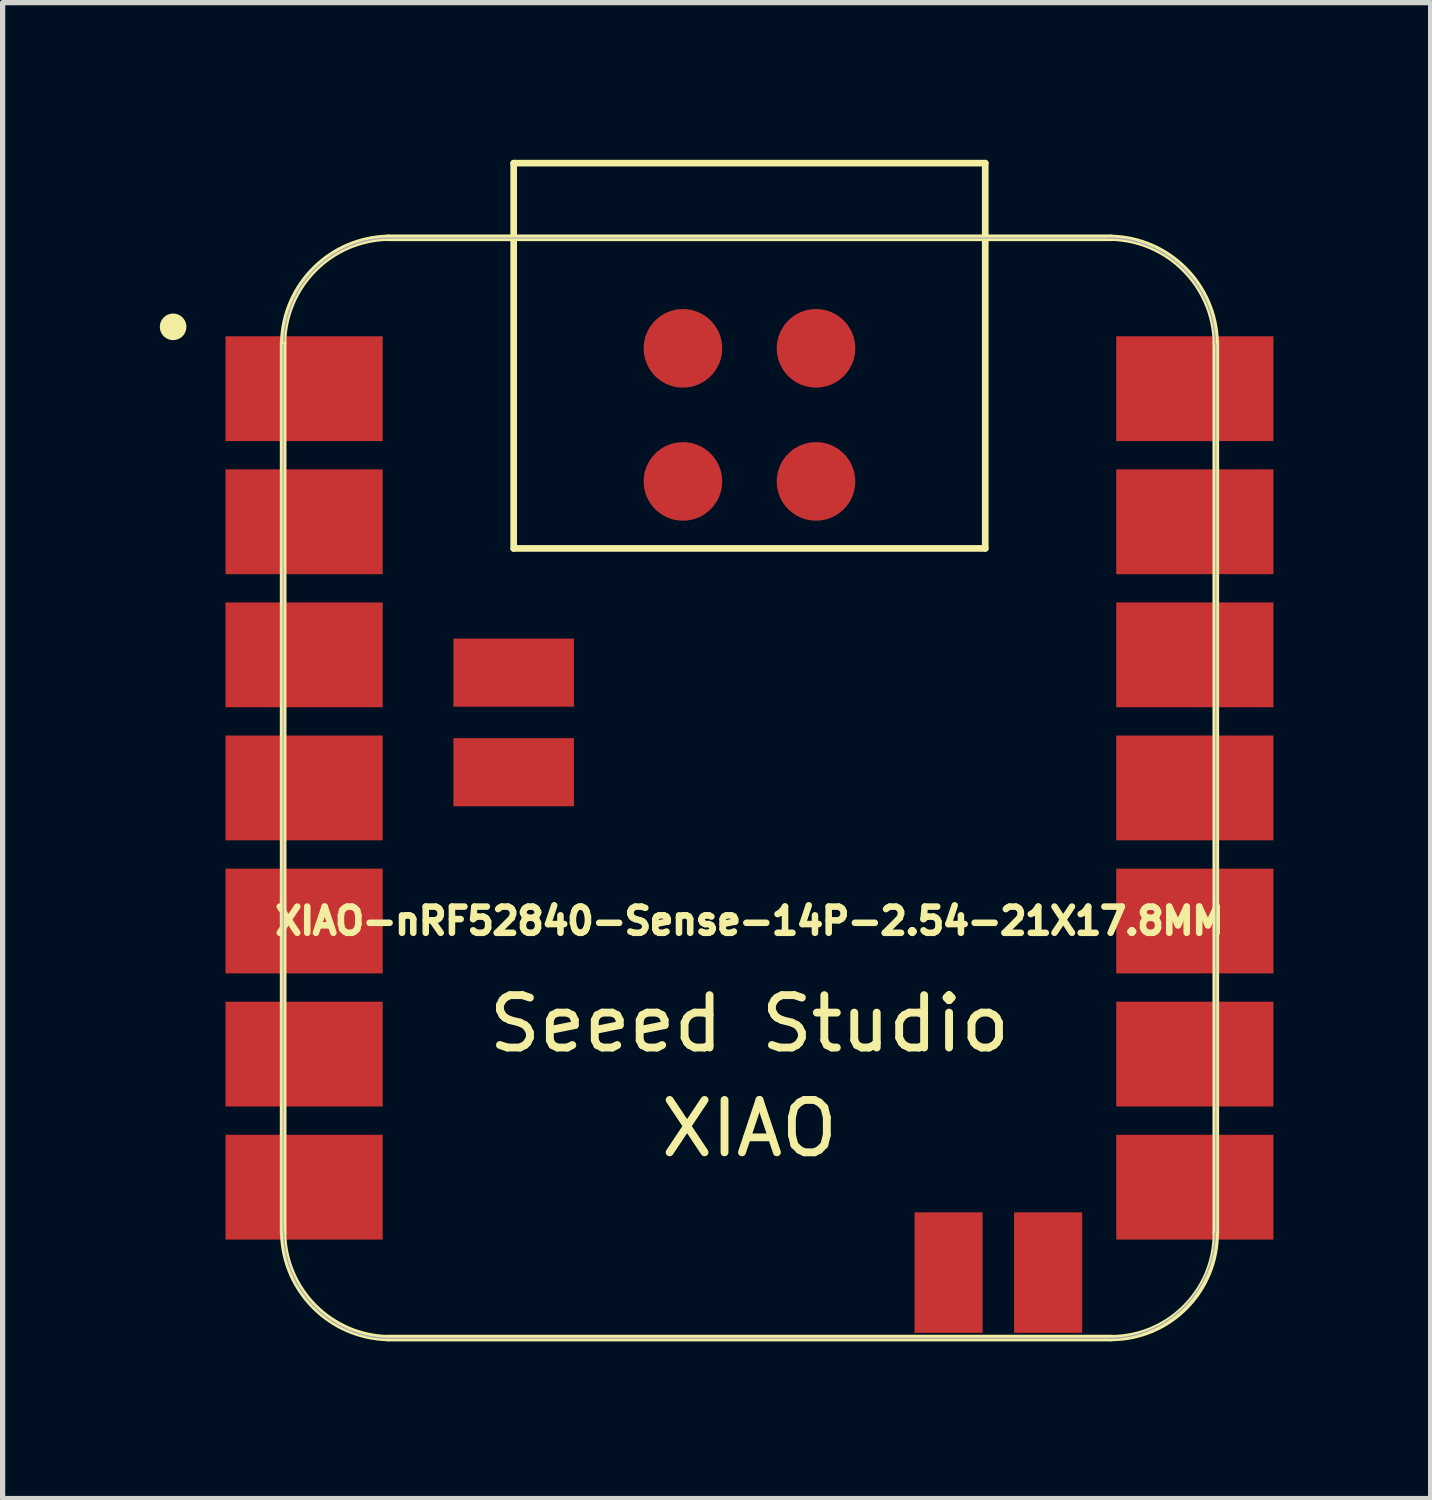
<source format=kicad_pcb>
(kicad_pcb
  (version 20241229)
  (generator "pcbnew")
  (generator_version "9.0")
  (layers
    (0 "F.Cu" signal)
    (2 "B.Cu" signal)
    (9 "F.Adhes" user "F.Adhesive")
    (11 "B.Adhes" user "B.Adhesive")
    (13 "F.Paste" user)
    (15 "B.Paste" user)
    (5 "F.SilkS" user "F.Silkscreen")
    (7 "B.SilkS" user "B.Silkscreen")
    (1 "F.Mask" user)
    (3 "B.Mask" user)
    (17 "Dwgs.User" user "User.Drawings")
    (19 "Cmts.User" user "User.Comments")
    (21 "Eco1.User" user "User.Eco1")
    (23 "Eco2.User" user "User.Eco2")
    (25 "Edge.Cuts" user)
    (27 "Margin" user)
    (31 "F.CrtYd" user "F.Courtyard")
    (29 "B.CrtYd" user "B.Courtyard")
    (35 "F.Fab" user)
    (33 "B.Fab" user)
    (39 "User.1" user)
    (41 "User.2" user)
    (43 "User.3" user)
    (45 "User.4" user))
  (footprint "XIAO-nRF52840-Sense-14P-2.54-21X17.8MM"
    (layer "F.Cu")
    (at 11.254 11.988)
    (property "Reference" "XIAO-nRF52840-Sense-14P-2.54-21X17.8MM" (at 0 2.54 0) (layer "F.SilkS") (effects (font (size 0.5 0.5) (thickness 0.125))))
    (attr smd)
    (fp_line (start -8.9 -8.5) (end -8.9 8.5) (stroke (width 0.127) (type solid)) (layer "F.SilkS"))
    (fp_line (start -6.9 10.5) (end 6.9 10.5) (stroke (width 0.127) (type solid)) (layer "F.SilkS"))
    (fp_line (start -4.5 -11.924) (end 4.5 -11.924) (stroke (width 0.127) (type solid)) (layer "F.SilkS"))
    (fp_line (start -4.5 -4.571) (end -4.5 -11.924) (stroke (width 0.127) (type solid)) (layer "F.SilkS"))
    (fp_line (start 4.5 -11.924) (end 4.5 -4.571) (stroke (width 0.127) (type solid)) (layer "F.SilkS"))
    (fp_line (start 4.5 -4.571) (end -4.5 -4.571) (stroke (width 0.127) (type solid)) (layer "F.SilkS"))
    (fp_line (start 6.9 -10.499) (end -6.9 -10.499) (stroke (width 0.127) (type solid)) (layer "F.SilkS"))
    (fp_line (start 8.9 8.5) (end 8.9 -8.5) (stroke (width 0.127) (type solid)) (layer "F.SilkS"))
    (fp_arc (start -8.9 -8.5) (mid -8.301491 -9.901491) (end -6.9 -10.5) (stroke (width 0.12) (type solid)) (layer "F.SilkS"))
    (fp_arc (start -6.9 10.5) (mid -8.301423 9.901423) (end -8.9 8.5) (stroke (width 0.12) (type solid)) (layer "F.SilkS"))
    (fp_arc (start 6.9 -10.5) (mid 8.301491 -9.901491) (end 8.9 -8.5) (stroke (width 0.12) (type solid)) (layer "F.SilkS"))
    (fp_arc (start 8.9 8.5) (mid 8.314214 9.914214) (end 6.9 10.5) (stroke (width 0.12) (type solid)) (layer "F.SilkS"))
    (fp_circle (center -11 -8.8) (end -11 -9.054) (stroke (width 0) (type solid)) (fill yes) (layer "F.SilkS"))
    (fp_poly (pts (xy -8.888 -8.562) (xy -8.885 -8.61) (xy -8.881 -8.659)) (stroke (width 0.025) (type solid)) (fill no) (layer "F.SilkS"))
    (fp_poly (pts (xy 8.889 8.522) (xy 8.888 8.571) (xy 8.885 8.62) (xy 8.881 8.669) (xy 8.875 8.717) (xy 8.869 8.766) (xy 8.861 8.815) (xy 8.852 8.863) (xy 8.842 8.911)) (stroke (width 0.025) (type solid)) (fill no) (layer "F.SilkS"))
    (fp_line (start -8.9 -8.463) (end -8.9 8.473) (stroke (width 0.025) (type solid)) (layer "F.Fab"))
    (fp_line (start -8.89 8.473) (end -8.889 8.522) (stroke (width 0.025) (type solid)) (layer "F.Fab"))
    (fp_line (start -8.889 8.522) (end -8.888 8.571) (stroke (width 0.025) (type solid)) (layer "F.Fab"))
    (fp_line (start -8.888 -8.562) (end -8.889 -8.512) (stroke (width 0.025) (type solid)) (layer "F.Fab"))
    (fp_line (start -8.888 8.571) (end -8.885 8.62) (stroke (width 0.025) (type solid)) (layer "F.Fab"))
    (fp_line (start -8.885 -8.61) (end -8.888 -8.562) (stroke (width 0.025) (type solid)) (layer "F.Fab"))
    (fp_line (start -8.885 8.62) (end -8.881 8.669) (stroke (width 0.025) (type solid)) (layer "F.Fab"))
    (fp_line (start -8.881 -8.659) (end -8.885 -8.61) (stroke (width 0.025) (type solid)) (layer "F.Fab"))
    (fp_line (start -8.881 8.669) (end -8.875 8.717) (stroke (width 0.025) (type solid)) (layer "F.Fab"))
    (fp_line (start -8.875 -8.708) (end -8.881 -8.659) (stroke (width 0.025) (type solid)) (layer "F.Fab"))
    (fp_line (start -8.875 8.717) (end -8.869 8.766) (stroke (width 0.025) (type solid)) (layer "F.Fab"))
    (fp_line (start -8.869 -8.757) (end -8.875 -8.708) (stroke (width 0.025) (type solid)) (layer "F.Fab"))
    (fp_line (start -8.869 8.766) (end -8.861 8.815) (stroke (width 0.025) (type solid)) (layer "F.Fab"))
    (fp_line (start -8.861 -8.806) (end -8.869 -8.757) (stroke (width 0.025) (type solid)) (layer "F.Fab"))
    (fp_line (start -8.861 8.815) (end -8.852 8.863) (stroke (width 0.025) (type solid)) (layer "F.Fab"))
    (fp_line (start -8.852 -8.854) (end -8.861 -8.806) (stroke (width 0.025) (type solid)) (layer "F.Fab"))
    (fp_line (start -8.852 8.863) (end -8.842 8.911) (stroke (width 0.025) (type solid)) (layer "F.Fab"))
    (fp_line (start -8.842 -8.902) (end -8.852 -8.854) (stroke (width 0.025) (type solid)) (layer "F.Fab"))
    (fp_line (start -8.842 8.911) (end -8.831 8.959) (stroke (width 0.025) (type solid)) (layer "F.Fab"))
    (fp_line (start -8.831 -8.95) (end -8.842 -8.902) (stroke (width 0.025) (type solid)) (layer "F.Fab"))
    (fp_line (start -8.831 8.959) (end -8.819 9.006) (stroke (width 0.025) (type solid)) (layer "F.Fab"))
    (fp_line (start -8.819 -8.997) (end -8.831 -8.95) (stroke (width 0.025) (type solid)) (layer "F.Fab"))
    (fp_line (start -8.819 9.006) (end -8.805 9.054) (stroke (width 0.025) (type solid)) (layer "F.Fab"))
    (fp_line (start -8.805 -9.045) (end -8.819 -8.997) (stroke (width 0.025) (type solid)) (layer "F.Fab"))
    (fp_line (start -8.805 9.054) (end -8.79 9.1) (stroke (width 0.025) (type solid)) (layer "F.Fab"))
    (fp_line (start -8.79 -9.091) (end -8.805 -9.045) (stroke (width 0.025) (type solid)) (layer "F.Fab"))
    (fp_line (start -8.79 9.1) (end -8.775 9.147) (stroke (width 0.025) (type solid)) (layer "F.Fab"))
    (fp_line (start -8.775 -9.138) (end -8.79 -9.091) (stroke (width 0.025) (type solid)) (layer "F.Fab"))
    (fp_line (start -8.775 9.147) (end -8.758 9.193) (stroke (width 0.025) (type solid)) (layer "F.Fab"))
    (fp_line (start -8.758 -9.184) (end -8.775 -9.138) (stroke (width 0.025) (type solid)) (layer "F.Fab"))
    (fp_line (start -8.758 9.193) (end -8.74 9.239) (stroke (width 0.025) (type solid)) (layer "F.Fab"))
    (fp_line (start -8.74 -9.23) (end -8.758 -9.184) (stroke (width 0.025) (type solid)) (layer "F.Fab"))
    (fp_line (start -8.74 9.239) (end -8.721 9.284) (stroke (width 0.025) (type solid)) (layer "F.Fab"))
    (fp_line (start -8.721 -9.275) (end -8.74 -9.23) (stroke (width 0.025) (type solid)) (layer "F.Fab"))
    (fp_line (start -8.721 9.284) (end -8.701 9.329) (stroke (width 0.025) (type solid)) (layer "F.Fab"))
    (fp_line (start -8.701 -9.32) (end -8.721 -9.275) (stroke (width 0.025) (type solid)) (layer "F.Fab"))
    (fp_line (start -8.701 9.329) (end -8.679 9.373) (stroke (width 0.025) (type solid)) (layer "F.Fab"))
    (fp_line (start -8.679 -9.364) (end -8.701 -9.32) (stroke (width 0.025) (type solid)) (layer "F.Fab"))
    (fp_line (start -8.679 9.373) (end -8.657 9.417) (stroke (width 0.025) (type solid)) (layer "F.Fab"))
    (fp_line (start -8.657 -9.408) (end -8.679 -9.364) (stroke (width 0.025) (type solid)) (layer "F.Fab"))
    (fp_line (start -8.657 9.417) (end -8.634 9.46) (stroke (width 0.025) (type solid)) (layer "F.Fab"))
    (fp_line (start -8.634 -9.451) (end -8.657 -9.408) (stroke (width 0.025) (type solid)) (layer "F.Fab"))
    (fp_line (start -8.634 9.46) (end -8.61 9.503) (stroke (width 0.025) (type solid)) (layer "F.Fab"))
    (fp_line (start -8.61 -9.494) (end -8.634 -9.451) (stroke (width 0.025) (type solid)) (layer "F.Fab"))
    (fp_line (start -8.61 9.503) (end -8.584 9.545) (stroke (width 0.025) (type solid)) (layer "F.Fab"))
    (fp_line (start -8.584 -9.536) (end -8.61 -9.494) (stroke (width 0.025) (type solid)) (layer "F.Fab"))
    (fp_line (start -8.584 9.545) (end -8.558 9.586) (stroke (width 0.025) (type solid)) (layer "F.Fab"))
    (fp_line (start -8.558 -9.577) (end -8.584 -9.536) (stroke (width 0.025) (type solid)) (layer "F.Fab"))
    (fp_line (start -8.558 9.586) (end -8.53 9.627) (stroke (width 0.025) (type solid)) (layer "F.Fab"))
    (fp_line (start -8.53 -9.618) (end -8.558 -9.577) (stroke (width 0.025) (type solid)) (layer "F.Fab"))
    (fp_line (start -8.53 9.627) (end -8.502 9.667) (stroke (width 0.025) (type solid)) (layer "F.Fab"))
    (fp_line (start -8.502 -9.658) (end -8.53 -9.618) (stroke (width 0.025) (type solid)) (layer "F.Fab"))
    (fp_line (start -8.502 9.667) (end -8.473 9.706) (stroke (width 0.025) (type solid)) (layer "F.Fab"))
    (fp_line (start -8.473 -9.697) (end -8.502 -9.658) (stroke (width 0.025) (type solid)) (layer "F.Fab"))
    (fp_line (start -8.473 9.706) (end -8.442 9.745) (stroke (width 0.025) (type solid)) (layer "F.Fab"))
    (fp_line (start -8.442 -9.736) (end -8.473 -9.697) (stroke (width 0.025) (type solid)) (layer "F.Fab"))
    (fp_line (start -8.442 9.745) (end -8.411 9.783) (stroke (width 0.025) (type solid)) (layer "F.Fab"))
    (fp_line (start -8.411 -9.774) (end -8.442 -9.736) (stroke (width 0.025) (type solid)) (layer "F.Fab"))
    (fp_line (start -8.411 9.783) (end -8.379 9.82) (stroke (width 0.025) (type solid)) (layer "F.Fab"))
    (fp_line (start -8.379 -9.811) (end -8.411 -9.774) (stroke (width 0.025) (type solid)) (layer "F.Fab"))
    (fp_line (start -8.379 9.82) (end -8.346 9.856) (stroke (width 0.025) (type solid)) (layer "F.Fab"))
    (fp_line (start -8.346 -9.847) (end -8.379 -9.811) (stroke (width 0.025) (type solid)) (layer "F.Fab"))
    (fp_line (start -8.346 9.856) (end -8.312 9.892) (stroke (width 0.025) (type solid)) (layer "F.Fab"))
    (fp_line (start -8.312 -9.883) (end -8.346 -9.847) (stroke (width 0.025) (type solid)) (layer "F.Fab"))
    (fp_line (start -8.312 9.892) (end -8.277 9.927) (stroke (width 0.025) (type solid)) (layer "F.Fab"))
    (fp_line (start -8.277 -9.918) (end -8.312 -9.883) (stroke (width 0.025) (type solid)) (layer "F.Fab"))
    (fp_line (start -8.277 9.927) (end -8.242 9.96) (stroke (width 0.025) (type solid)) (layer "F.Fab"))
    (fp_line (start -8.242 -9.951) (end -8.277 -9.918) (stroke (width 0.025) (type solid)) (layer "F.Fab"))
    (fp_line (start -8.242 9.96) (end -8.205 9.994) (stroke (width 0.025) (type solid)) (layer "F.Fab"))
    (fp_line (start -8.205 -9.984) (end -8.242 -9.951) (stroke (width 0.025) (type solid)) (layer "F.Fab"))
    (fp_line (start -8.205 9.994) (end -8.168 10.026) (stroke (width 0.025) (type solid)) (layer "F.Fab"))
    (fp_line (start -8.168 -10.017) (end -8.205 -9.984) (stroke (width 0.025) (type solid)) (layer "F.Fab"))
    (fp_line (start -8.168 10.026) (end -8.13 10.057) (stroke (width 0.025) (type solid)) (layer "F.Fab"))
    (fp_line (start -8.13 -10.048) (end -8.168 -10.017) (stroke (width 0.025) (type solid)) (layer "F.Fab"))
    (fp_line (start -8.13 10.057) (end -8.092 10.087) (stroke (width 0.025) (type solid)) (layer "F.Fab"))
    (fp_line (start -8.092 -10.078) (end -8.13 -10.048) (stroke (width 0.025) (type solid)) (layer "F.Fab"))
    (fp_line (start -8.092 10.087) (end -8.052 10.116) (stroke (width 0.025) (type solid)) (layer "F.Fab"))
    (fp_line (start -8.052 -10.107) (end -8.092 -10.078) (stroke (width 0.025) (type solid)) (layer "F.Fab"))
    (fp_line (start -8.052 10.116) (end -8.012 10.145) (stroke (width 0.025) (type solid)) (layer "F.Fab"))
    (fp_line (start -8.012 -10.136) (end -8.052 -10.107) (stroke (width 0.025) (type solid)) (layer "F.Fab"))
    (fp_line (start -8.012 10.145) (end -7.972 10.172) (stroke (width 0.025) (type solid)) (layer "F.Fab"))
    (fp_line (start -7.972 -10.163) (end -8.012 -10.136) (stroke (width 0.025) (type solid)) (layer "F.Fab"))
    (fp_line (start -7.972 10.172) (end -7.93 10.199) (stroke (width 0.025) (type solid)) (layer "F.Fab"))
    (fp_line (start -7.93 -10.19) (end -7.972 -10.163) (stroke (width 0.025) (type solid)) (layer "F.Fab"))
    (fp_line (start -7.93 10.199) (end -7.888 10.224) (stroke (width 0.025) (type solid)) (layer "F.Fab"))
    (fp_line (start -7.888 -10.215) (end -7.93 -10.19) (stroke (width 0.025) (type solid)) (layer "F.Fab"))
    (fp_line (start -7.888 10.224) (end -7.846 10.249) (stroke (width 0.025) (type solid)) (layer "F.Fab"))
    (fp_line (start -7.846 -10.239) (end -7.888 -10.215) (stroke (width 0.025) (type solid)) (layer "F.Fab"))
    (fp_line (start -7.846 10.249) (end -7.802 10.272) (stroke (width 0.025) (type solid)) (layer "F.Fab"))
    (fp_line (start -7.802 -10.263) (end -7.846 -10.239) (stroke (width 0.025) (type solid)) (layer "F.Fab"))
    (fp_line (start -7.802 10.272) (end -7.759 10.294) (stroke (width 0.025) (type solid)) (layer "F.Fab"))
    (fp_line (start -7.759 -10.285) (end -7.802 -10.263) (stroke (width 0.025) (type solid)) (layer "F.Fab"))
    (fp_line (start -7.759 10.294) (end -7.714 10.315) (stroke (width 0.025) (type solid)) (layer "F.Fab"))
    (fp_line (start -7.714 -10.306) (end -7.759 -10.285) (stroke (width 0.025) (type solid)) (layer "F.Fab"))
    (fp_line (start -7.714 10.315) (end -7.67 10.335) (stroke (width 0.025) (type solid)) (layer "F.Fab"))
    (fp_line (start -7.67 -10.326) (end -7.714 -10.306) (stroke (width 0.025) (type solid)) (layer "F.Fab"))
    (fp_line (start -7.67 10.335) (end -7.624 10.354) (stroke (width 0.025) (type solid)) (layer "F.Fab"))
    (fp_line (start -7.624 -10.345) (end -7.67 -10.326) (stroke (width 0.025) (type solid)) (layer "F.Fab"))
    (fp_line (start -7.624 10.354) (end -7.579 10.372) (stroke (width 0.025) (type solid)) (layer "F.Fab"))
    (fp_line (start -7.579 -10.363) (end -7.624 -10.345) (stroke (width 0.025) (type solid)) (layer "F.Fab"))
    (fp_line (start -7.579 10.372) (end -7.532 10.389) (stroke (width 0.025) (type solid)) (layer "F.Fab"))
    (fp_line (start -7.532 -10.38) (end -7.579 -10.363) (stroke (width 0.025) (type solid)) (layer "F.Fab"))
    (fp_line (start -7.532 10.389) (end -7.486 10.405) (stroke (width 0.025) (type solid)) (layer "F.Fab"))
    (fp_line (start -7.486 -10.396) (end -7.532 -10.38) (stroke (width 0.025) (type solid)) (layer "F.Fab"))
    (fp_line (start -7.486 10.405) (end -7.439 10.42) (stroke (width 0.025) (type solid)) (layer "F.Fab"))
    (fp_line (start -7.439 -10.411) (end -7.486 -10.396) (stroke (width 0.025) (type solid)) (layer "F.Fab"))
    (fp_line (start -7.439 10.42) (end -7.392 10.433) (stroke (width 0.025) (type solid)) (layer "F.Fab"))
    (fp_line (start -7.392 -10.424) (end -7.439 -10.411) (stroke (width 0.025) (type solid)) (layer "F.Fab"))
    (fp_line (start -7.392 10.433) (end -7.344 10.446) (stroke (width 0.025) (type solid)) (layer "F.Fab"))
    (fp_line (start -7.344 -10.436) (end -7.392 -10.424) (stroke (width 0.025) (type solid)) (layer "F.Fab"))
    (fp_line (start -7.344 10.446) (end -7.296 10.457) (stroke (width 0.025) (type solid)) (layer "F.Fab"))
    (fp_line (start -7.296 -10.448) (end -7.344 -10.436) (stroke (width 0.025) (type solid)) (layer "F.Fab"))
    (fp_line (start -7.296 10.457) (end -7.248 10.467) (stroke (width 0.025) (type solid)) (layer "F.Fab"))
    (fp_line (start -7.248 -10.458) (end -7.296 -10.448) (stroke (width 0.025) (type solid)) (layer "F.Fab"))
    (fp_line (start -7.248 10.467) (end -7.2 10.476) (stroke (width 0.025) (type solid)) (layer "F.Fab"))
    (fp_line (start -7.2 -10.466) (end -7.248 -10.458) (stroke (width 0.025) (type solid)) (layer "F.Fab"))
    (fp_line (start -7.2 10.476) (end -7.152 10.483) (stroke (width 0.025) (type solid)) (layer "F.Fab"))
    (fp_line (start -7.152 -10.474) (end -7.2 -10.466) (stroke (width 0.025) (type solid)) (layer "F.Fab"))
    (fp_line (start -7.152 10.483) (end -7.103 10.49) (stroke (width 0.025) (type solid)) (layer "F.Fab"))
    (fp_line (start -7.103 -10.481) (end -7.152 -10.474) (stroke (width 0.025) (type solid)) (layer "F.Fab"))
    (fp_line (start -7.103 10.49) (end -7.054 10.495) (stroke (width 0.025) (type solid)) (layer "F.Fab"))
    (fp_line (start -7.054 -10.486) (end -7.103 -10.481) (stroke (width 0.025) (type solid)) (layer "F.Fab"))
    (fp_line (start -7.054 10.495) (end -7.005 10.499) (stroke (width 0.025) (type solid)) (layer "F.Fab"))
    (fp_line (start -7.005 -10.49) (end -7.054 -10.486) (stroke (width 0.025) (type solid)) (layer "F.Fab"))
    (fp_line (start -7.005 10.499) (end -6.956 10.502) (stroke (width 0.025) (type solid)) (layer "F.Fab"))
    (fp_line (start -6.956 -10.493) (end -7.005 -10.49) (stroke (width 0.025) (type solid)) (layer "F.Fab"))
    (fp_line (start -6.956 10.502) (end -6.907 10.504) (stroke (width 0.025) (type solid)) (layer "F.Fab"))
    (fp_line (start -6.907 -10.495) (end -6.956 -10.493) (stroke (width 0.025) (type solid)) (layer "F.Fab"))
    (fp_line (start -6.907 10.504) (end -6.858 10.505) (stroke (width 0.025) (type solid)) (layer "F.Fab"))
    (fp_line (start -6.858 -10.495) (end -6.907 -10.495) (stroke (width 0.025) (type solid)) (layer "F.Fab"))
    (fp_line (start -6.858 10.505) (end 6.858 10.505) (stroke (width 0.025) (type solid)) (layer "F.Fab"))
    (fp_line (start 6.858 -10.495) (end -6.858 -10.495) (stroke (width 0.025) (type solid)) (layer "F.Fab"))
    (fp_line (start 6.858 10.505) (end 6.907 10.504) (stroke (width 0.025) (type solid)) (layer "F.Fab"))
    (fp_line (start 6.907 -10.495) (end 6.858 -10.495) (stroke (width 0.025) (type solid)) (layer "F.Fab"))
    (fp_line (start 6.907 10.504) (end 6.956 10.502) (stroke (width 0.025) (type solid)) (layer "F.Fab"))
    (fp_line (start 6.956 -10.493) (end 6.907 -10.495) (stroke (width 0.025) (type solid)) (layer "F.Fab"))
    (fp_line (start 6.956 10.502) (end 7.005 10.499) (stroke (width 0.025) (type solid)) (layer "F.Fab"))
    (fp_line (start 7.005 -10.49) (end 6.956 -10.493) (stroke (width 0.025) (type solid)) (layer "F.Fab"))
    (fp_line (start 7.005 10.499) (end 7.054 10.495) (stroke (width 0.025) (type solid)) (layer "F.Fab"))
    (fp_line (start 7.054 -10.486) (end 7.005 -10.49) (stroke (width 0.025) (type solid)) (layer "F.Fab"))
    (fp_line (start 7.054 10.495) (end 7.103 10.49) (stroke (width 0.025) (type solid)) (layer "F.Fab"))
    (fp_line (start 7.103 -10.481) (end 7.054 -10.486) (stroke (width 0.025) (type solid)) (layer "F.Fab"))
    (fp_line (start 7.103 10.49) (end 7.152 10.483) (stroke (width 0.025) (type solid)) (layer "F.Fab"))
    (fp_line (start 7.152 -10.474) (end 7.103 -10.481) (stroke (width 0.025) (type solid)) (layer "F.Fab"))
    (fp_line (start 7.152 10.483) (end 7.2 10.476) (stroke (width 0.025) (type solid)) (layer "F.Fab"))
    (fp_line (start 7.2 -10.466) (end 7.152 -10.474) (stroke (width 0.025) (type solid)) (layer "F.Fab"))
    (fp_line (start 7.2 10.476) (end 7.248 10.467) (stroke (width 0.025) (type solid)) (layer "F.Fab"))
    (fp_line (start 7.248 -10.458) (end 7.2 -10.466) (stroke (width 0.025) (type solid)) (layer "F.Fab"))
    (fp_line (start 7.248 10.467) (end 7.296 10.457) (stroke (width 0.025) (type solid)) (layer "F.Fab"))
    (fp_line (start 7.296 -10.448) (end 7.248 -10.458) (stroke (width 0.025) (type solid)) (layer "F.Fab"))
    (fp_line (start 7.296 10.457) (end 7.344 10.446) (stroke (width 0.025) (type solid)) (layer "F.Fab"))
    (fp_line (start 7.344 -10.436) (end 7.296 -10.448) (stroke (width 0.025) (type solid)) (layer "F.Fab"))
    (fp_line (start 7.344 10.446) (end 7.392 10.433) (stroke (width 0.025) (type solid)) (layer "F.Fab"))
    (fp_line (start 7.392 -10.424) (end 7.344 -10.436) (stroke (width 0.025) (type solid)) (layer "F.Fab"))
    (fp_line (start 7.392 10.433) (end 7.439 10.42) (stroke (width 0.025) (type solid)) (layer "F.Fab"))
    (fp_line (start 7.439 -10.411) (end 7.392 -10.424) (stroke (width 0.025) (type solid)) (layer "F.Fab"))
    (fp_line (start 7.439 10.42) (end 7.486 10.405) (stroke (width 0.025) (type solid)) (layer "F.Fab"))
    (fp_line (start 7.486 -10.396) (end 7.439 -10.411) (stroke (width 0.025) (type solid)) (layer "F.Fab"))
    (fp_line (start 7.486 10.405) (end 7.532 10.389) (stroke (width 0.025) (type solid)) (layer "F.Fab"))
    (fp_line (start 7.532 -10.38) (end 7.486 -10.396) (stroke (width 0.025) (type solid)) (layer "F.Fab"))
    (fp_line (start 7.532 10.389) (end 7.579 10.372) (stroke (width 0.025) (type solid)) (layer "F.Fab"))
    (fp_line (start 7.579 -10.363) (end 7.532 -10.38) (stroke (width 0.025) (type solid)) (layer "F.Fab"))
    (fp_line (start 7.579 10.372) (end 7.624 10.354) (stroke (width 0.025) (type solid)) (layer "F.Fab"))
    (fp_line (start 7.624 -10.345) (end 7.579 -10.363) (stroke (width 0.025) (type solid)) (layer "F.Fab"))
    (fp_line (start 7.624 10.354) (end 7.67 10.335) (stroke (width 0.025) (type solid)) (layer "F.Fab"))
    (fp_line (start 7.67 -10.326) (end 7.624 -10.345) (stroke (width 0.025) (type solid)) (layer "F.Fab"))
    (fp_line (start 7.67 10.335) (end 7.714 10.315) (stroke (width 0.025) (type solid)) (layer "F.Fab"))
    (fp_line (start 7.714 -10.306) (end 7.67 -10.326) (stroke (width 0.025) (type solid)) (layer "F.Fab"))
    (fp_line (start 7.714 10.315) (end 7.759 10.294) (stroke (width 0.025) (type solid)) (layer "F.Fab"))
    (fp_line (start 7.759 -10.285) (end 7.714 -10.306) (stroke (width 0.025) (type solid)) (layer "F.Fab"))
    (fp_line (start 7.759 10.294) (end 7.802 10.272) (stroke (width 0.025) (type solid)) (layer "F.Fab"))
    (fp_line (start 7.802 -10.263) (end 7.759 -10.285) (stroke (width 0.025) (type solid)) (layer "F.Fab"))
    (fp_line (start 7.802 10.272) (end 7.846 10.249) (stroke (width 0.025) (type solid)) (layer "F.Fab"))
    (fp_line (start 7.846 -10.239) (end 7.802 -10.263) (stroke (width 0.025) (type solid)) (layer "F.Fab"))
    (fp_line (start 7.846 10.249) (end 7.888 10.224) (stroke (width 0.025) (type solid)) (layer "F.Fab"))
    (fp_line (start 7.888 -10.215) (end 7.846 -10.239) (stroke (width 0.025) (type solid)) (layer "F.Fab"))
    (fp_line (start 7.888 10.224) (end 7.93 10.199) (stroke (width 0.025) (type solid)) (layer "F.Fab"))
    (fp_line (start 7.93 -10.19) (end 7.888 -10.215) (stroke (width 0.025) (type solid)) (layer "F.Fab"))
    (fp_line (start 7.93 10.199) (end 7.972 10.172) (stroke (width 0.025) (type solid)) (layer "F.Fab"))
    (fp_line (start 7.972 -10.163) (end 7.93 -10.19) (stroke (width 0.025) (type solid)) (layer "F.Fab"))
    (fp_line (start 7.972 10.172) (end 8.012 10.145) (stroke (width 0.025) (type solid)) (layer "F.Fab"))
    (fp_line (start 8.012 -10.136) (end 7.972 -10.163) (stroke (width 0.025) (type solid)) (layer "F.Fab"))
    (fp_line (start 8.012 10.145) (end 8.052 10.116) (stroke (width 0.025) (type solid)) (layer "F.Fab"))
    (fp_line (start 8.052 -10.107) (end 8.012 -10.136) (stroke (width 0.025) (type solid)) (layer "F.Fab"))
    (fp_line (start 8.052 10.116) (end 8.092 10.087) (stroke (width 0.025) (type solid)) (layer "F.Fab"))
    (fp_line (start 8.092 -10.078) (end 8.052 -10.107) (stroke (width 0.025) (type solid)) (layer "F.Fab"))
    (fp_line (start 8.092 10.087) (end 8.13 10.057) (stroke (width 0.025) (type solid)) (layer "F.Fab"))
    (fp_line (start 8.13 -10.048) (end 8.092 -10.078) (stroke (width 0.025) (type solid)) (layer "F.Fab"))
    (fp_line (start 8.13 10.057) (end 8.168 10.026) (stroke (width 0.025) (type solid)) (layer "F.Fab"))
    (fp_line (start 8.168 -10.017) (end 8.13 -10.048) (stroke (width 0.025) (type solid)) (layer "F.Fab"))
    (fp_line (start 8.168 10.026) (end 8.205 9.994) (stroke (width 0.025) (type solid)) (layer "F.Fab"))
    (fp_line (start 8.205 -9.984) (end 8.168 -10.017) (stroke (width 0.025) (type solid)) (layer "F.Fab"))
    (fp_line (start 8.205 9.994) (end 8.242 9.96) (stroke (width 0.025) (type solid)) (layer "F.Fab"))
    (fp_line (start 8.242 -9.951) (end 8.205 -9.984) (stroke (width 0.025) (type solid)) (layer "F.Fab"))
    (fp_line (start 8.242 9.96) (end 8.277 9.927) (stroke (width 0.025) (type solid)) (layer "F.Fab"))
    (fp_line (start 8.277 -9.918) (end 8.242 -9.951) (stroke (width 0.025) (type solid)) (layer "F.Fab"))
    (fp_line (start 8.277 9.927) (end 8.312 9.892) (stroke (width 0.025) (type solid)) (layer "F.Fab"))
    (fp_line (start 8.312 -9.883) (end 8.277 -9.918) (stroke (width 0.025) (type solid)) (layer "F.Fab"))
    (fp_line (start 8.312 9.892) (end 8.346 9.856) (stroke (width 0.025) (type solid)) (layer "F.Fab"))
    (fp_line (start 8.346 -9.847) (end 8.312 -9.883) (stroke (width 0.025) (type solid)) (layer "F.Fab"))
    (fp_line (start 8.346 9.856) (end 8.379 9.82) (stroke (width 0.025) (type solid)) (layer "F.Fab"))
    (fp_line (start 8.379 -9.811) (end 8.346 -9.847) (stroke (width 0.025) (type solid)) (layer "F.Fab"))
    (fp_line (start 8.379 9.82) (end 8.411 9.783) (stroke (width 0.025) (type solid)) (layer "F.Fab"))
    (fp_line (start 8.411 -9.774) (end 8.379 -9.811) (stroke (width 0.025) (type solid)) (layer "F.Fab"))
    (fp_line (start 8.411 9.783) (end 8.442 9.745) (stroke (width 0.025) (type solid)) (layer "F.Fab"))
    (fp_line (start 8.442 -9.736) (end 8.411 -9.774) (stroke (width 0.025) (type solid)) (layer "F.Fab"))
    (fp_line (start 8.442 9.745) (end 8.473 9.706) (stroke (width 0.025) (type solid)) (layer "F.Fab"))
    (fp_line (start 8.473 -9.697) (end 8.442 -9.736) (stroke (width 0.025) (type solid)) (layer "F.Fab"))
    (fp_line (start 8.473 9.706) (end 8.502 9.667) (stroke (width 0.025) (type solid)) (layer "F.Fab"))
    (fp_line (start 8.502 -9.658) (end 8.473 -9.697) (stroke (width 0.025) (type solid)) (layer "F.Fab"))
    (fp_line (start 8.502 9.667) (end 8.53 9.627) (stroke (width 0.025) (type solid)) (layer "F.Fab"))
    (fp_line (start 8.53 -9.618) (end 8.502 -9.658) (stroke (width 0.025) (type solid)) (layer "F.Fab"))
    (fp_line (start 8.53 9.627) (end 8.558 9.586) (stroke (width 0.025) (type solid)) (layer "F.Fab"))
    (fp_line (start 8.558 -9.577) (end 8.53 -9.618) (stroke (width 0.025) (type solid)) (layer "F.Fab"))
    (fp_line (start 8.558 9.586) (end 8.584 9.545) (stroke (width 0.025) (type solid)) (layer "F.Fab"))
    (fp_line (start 8.584 -9.536) (end 8.558 -9.577) (stroke (width 0.025) (type solid)) (layer "F.Fab"))
    (fp_line (start 8.584 9.545) (end 8.61 9.503) (stroke (width 0.025) (type solid)) (layer "F.Fab"))
    (fp_line (start 8.61 -9.494) (end 8.584 -9.536) (stroke (width 0.025) (type solid)) (layer "F.Fab"))
    (fp_line (start 8.61 9.503) (end 8.634 9.46) (stroke (width 0.025) (type solid)) (layer "F.Fab"))
    (fp_line (start 8.634 -9.451) (end 8.61 -9.494) (stroke (width 0.025) (type solid)) (layer "F.Fab"))
    (fp_line (start 8.634 9.46) (end 8.657 9.417) (stroke (width 0.025) (type solid)) (layer "F.Fab"))
    (fp_line (start 8.657 -9.408) (end 8.634 -9.451) (stroke (width 0.025) (type solid)) (layer "F.Fab"))
    (fp_line (start 8.657 9.417) (end 8.679 9.373) (stroke (width 0.025) (type solid)) (layer "F.Fab"))
    (fp_line (start 8.679 -9.364) (end 8.657 -9.408) (stroke (width 0.025) (type solid)) (layer "F.Fab"))
    (fp_line (start 8.679 9.373) (end 8.701 9.329) (stroke (width 0.025) (type solid)) (layer "F.Fab"))
    (fp_line (start 8.701 -9.32) (end 8.679 -9.364) (stroke (width 0.025) (type solid)) (layer "F.Fab"))
    (fp_line (start 8.701 9.329) (end 8.721 9.284) (stroke (width 0.025) (type solid)) (layer "F.Fab"))
    (fp_line (start 8.721 -9.275) (end 8.701 -9.32) (stroke (width 0.025) (type solid)) (layer "F.Fab"))
    (fp_line (start 8.721 9.284) (end 8.74 9.239) (stroke (width 0.025) (type solid)) (layer "F.Fab"))
    (fp_line (start 8.74 -9.23) (end 8.721 -9.275) (stroke (width 0.025) (type solid)) (layer "F.Fab"))
    (fp_line (start 8.74 9.239) (end 8.758 9.193) (stroke (width 0.025) (type solid)) (layer "F.Fab"))
    (fp_line (start 8.758 -9.184) (end 8.74 -9.23) (stroke (width 0.025) (type solid)) (layer "F.Fab"))
    (fp_line (start 8.758 9.193) (end 8.775 9.147) (stroke (width 0.025) (type solid)) (layer "F.Fab"))
    (fp_line (start 8.775 -9.138) (end 8.758 -9.184) (stroke (width 0.025) (type solid)) (layer "F.Fab"))
    (fp_line (start 8.775 9.147) (end 8.79 9.1) (stroke (width 0.025) (type solid)) (layer "F.Fab"))
    (fp_line (start 8.79 -9.091) (end 8.775 -9.138) (stroke (width 0.025) (type solid)) (layer "F.Fab"))
    (fp_line (start 8.79 9.1) (end 8.805 9.054) (stroke (width 0.025) (type solid)) (layer "F.Fab"))
    (fp_line (start 8.805 -9.045) (end 8.79 -9.091) (stroke (width 0.025) (type solid)) (layer "F.Fab"))
    (fp_line (start 8.805 9.054) (end 8.819 9.006) (stroke (width 0.025) (type solid)) (layer "F.Fab"))
    (fp_line (start 8.819 -8.997) (end 8.805 -9.045) (stroke (width 0.025) (type solid)) (layer "F.Fab"))
    (fp_line (start 8.819 9.006) (end 8.831 8.959) (stroke (width 0.025) (type solid)) (layer "F.Fab"))
    (fp_line (start 8.831 -8.95) (end 8.819 -8.997) (stroke (width 0.025) (type solid)) (layer "F.Fab"))
    (fp_line (start 8.831 8.959) (end 8.842 8.911) (stroke (width 0.025) (type solid)) (layer "F.Fab"))
    (fp_line (start 8.842 -8.902) (end 8.831 -8.95) (stroke (width 0.025) (type solid)) (layer "F.Fab"))
    (fp_line (start 8.842 8.911) (end 8.852 8.863) (stroke (width 0.025) (type solid)) (layer "F.Fab"))
    (fp_line (start 8.852 -8.854) (end 8.842 -8.902) (stroke (width 0.025) (type solid)) (layer "F.Fab"))
    (fp_line (start 8.852 8.863) (end 8.861 8.815) (stroke (width 0.025) (type solid)) (layer "F.Fab"))
    (fp_line (start 8.861 -8.806) (end 8.852 -8.854) (stroke (width 0.025) (type solid)) (layer "F.Fab"))
    (fp_line (start 8.861 8.815) (end 8.869 8.766) (stroke (width 0.025) (type solid)) (layer "F.Fab"))
    (fp_line (start 8.869 -8.757) (end 8.861 -8.806) (stroke (width 0.025) (type solid)) (layer "F.Fab"))
    (fp_line (start 8.869 8.766) (end 8.875 8.717) (stroke (width 0.025) (type solid)) (layer "F.Fab"))
    (fp_line (start 8.875 -8.708) (end 8.869 -8.757) (stroke (width 0.025) (type solid)) (layer "F.Fab"))
    (fp_line (start 8.875 8.717) (end 8.881 8.669) (stroke (width 0.025) (type solid)) (layer "F.Fab"))
    (fp_line (start 8.881 -8.659) (end 8.875 -8.708) (stroke (width 0.025) (type solid)) (layer "F.Fab"))
    (fp_line (start 8.881 8.669) (end 8.885 8.62) (stroke (width 0.025) (type solid)) (layer "F.Fab"))
    (fp_line (start 8.885 -8.61) (end 8.881 -8.659) (stroke (width 0.025) (type solid)) (layer "F.Fab"))
    (fp_line (start 8.885 8.62) (end 8.888 8.571) (stroke (width 0.025) (type solid)) (layer "F.Fab"))
    (fp_line (start 8.888 -8.562) (end 8.885 -8.61) (stroke (width 0.025) (type solid)) (layer "F.Fab"))
    (fp_line (start 8.888 8.571) (end 8.889 8.522) (stroke (width 0.025) (type solid)) (layer "F.Fab"))
    (fp_line (start 8.889 -8.512) (end 8.888 -8.562) (stroke (width 0.025) (type solid)) (layer "F.Fab"))
    (fp_line (start 8.889 8.522) (end 8.89 8.473) (stroke (width 0.025) (type solid)) (layer "F.Fab"))
    (fp_line (start 8.89 -8.463) (end 8.889 -8.512) (stroke (width 0.025) (type solid)) (layer "F.Fab"))
    (fp_line (start 8.9 8.473) (end 8.9 -8.463) (stroke (width 0.025) (type solid)) (layer "F.Fab"))
    (fp_text user "XIAO" (at 0 6.5 0) (unlocked yes) (layer "F.SilkS") (effects (font (size 1 1) (thickness 0.15))))
    (fp_text user "Seeed Studio" (at 0 4.5 0) (unlocked yes) (layer "F.SilkS") (effects (font (size 1 1) (thickness 0.15))))
    (pad "1" smd rect (at -8.5 -7.62) (size 3 2) (layers "F.Cu" "F.Mask" "F.Paste"))
    (pad "2" smd rect (at -8.5 -5.08) (size 3 2) (layers "F.Cu" "F.Mask" "F.Paste"))
    (pad "3" smd rect (at -8.5 -2.54) (size 3 2) (layers "F.Cu" "F.Mask" "F.Paste"))
    (pad "4" smd rect (at -8.5 0) (size 3 2) (layers "F.Cu" "F.Mask" "F.Paste"))
    (pad "5" smd rect (at -8.5 2.54) (size 3 2) (layers "F.Cu" "F.Mask" "F.Paste"))
    (pad "6" smd rect (at -8.5 5.08 180) (size 3 2) (layers "F.Cu" "F.Mask" "F.Paste"))
    (pad "7" smd rect (at -8.5 7.62) (size 3 2) (layers "F.Cu" "F.Mask" "F.Paste"))
    (pad "8" smd rect (at 8.5 7.62) (size 3 2) (layers "F.Cu" "F.Mask" "F.Paste"))
    (pad "9" smd rect (at 8.5 5.08) (size 3 2) (layers "F.Cu" "F.Mask" "F.Paste"))
    (pad "10" smd rect (at 8.5 2.54) (size 3 2) (layers "F.Cu" "F.Mask" "F.Paste"))
    (pad "11" smd rect (at 8.5 0) (size 3 2) (layers "F.Cu" "F.Mask" "F.Paste"))
    (pad "12" smd rect (at 8.5 -2.54) (size 3 2) (layers "F.Cu" "F.Mask" "F.Paste"))
    (pad "13" smd rect (at 8.5 -5.08) (size 3 2) (layers "F.Cu" "F.Mask" "F.Paste"))
    (pad "14" smd rect (at 8.5 -7.62) (size 3 2) (layers "F.Cu" "F.Mask" "F.Paste"))
    (pad "15" smd circle (at -1.27 -8.39 90) (size 1.5 1.5) (layers "F.Cu" "F.Mask" "F.Paste"))
    (pad "16" smd circle (at 1.27 -8.39 90) (size 1.5 1.5) (layers "F.Cu" "F.Mask" "F.Paste"))
    (pad "17" smd circle (at -1.27 -5.85 90) (size 1.5 1.5) (layers "F.Cu" "F.Mask" "F.Paste"))
    (pad "18" smd circle (at 1.27 -5.85 90) (size 1.5 1.5) (layers "F.Cu" "F.Mask" "F.Paste"))
    (pad "19" smd rect (at 3.8 9.25 90) (size 2.3 1.3) (layers "F.Cu" "F.Mask" "F.Paste"))
    (pad "20" smd rect (at 5.7 9.25 90) (size 2.3 1.3) (layers "F.Cu" "F.Mask" "F.Paste"))
    (pad "21" smd rect (at -4.5 -2.2 180) (size 2.3 1.3) (layers "F.Cu" "F.Mask" "F.Paste"))
    (pad "22" smd rect (at -4.5 -0.3 180) (size 2.3 1.3) (layers "F.Cu" "F.Mask" "F.Paste")))
  (gr_rect
    (start -3 -3)
    (end 24.254 25.551)
    (stroke (width 0.1) (type default))
    (fill no)
    (layer "Edge.Cuts")))
</source>
